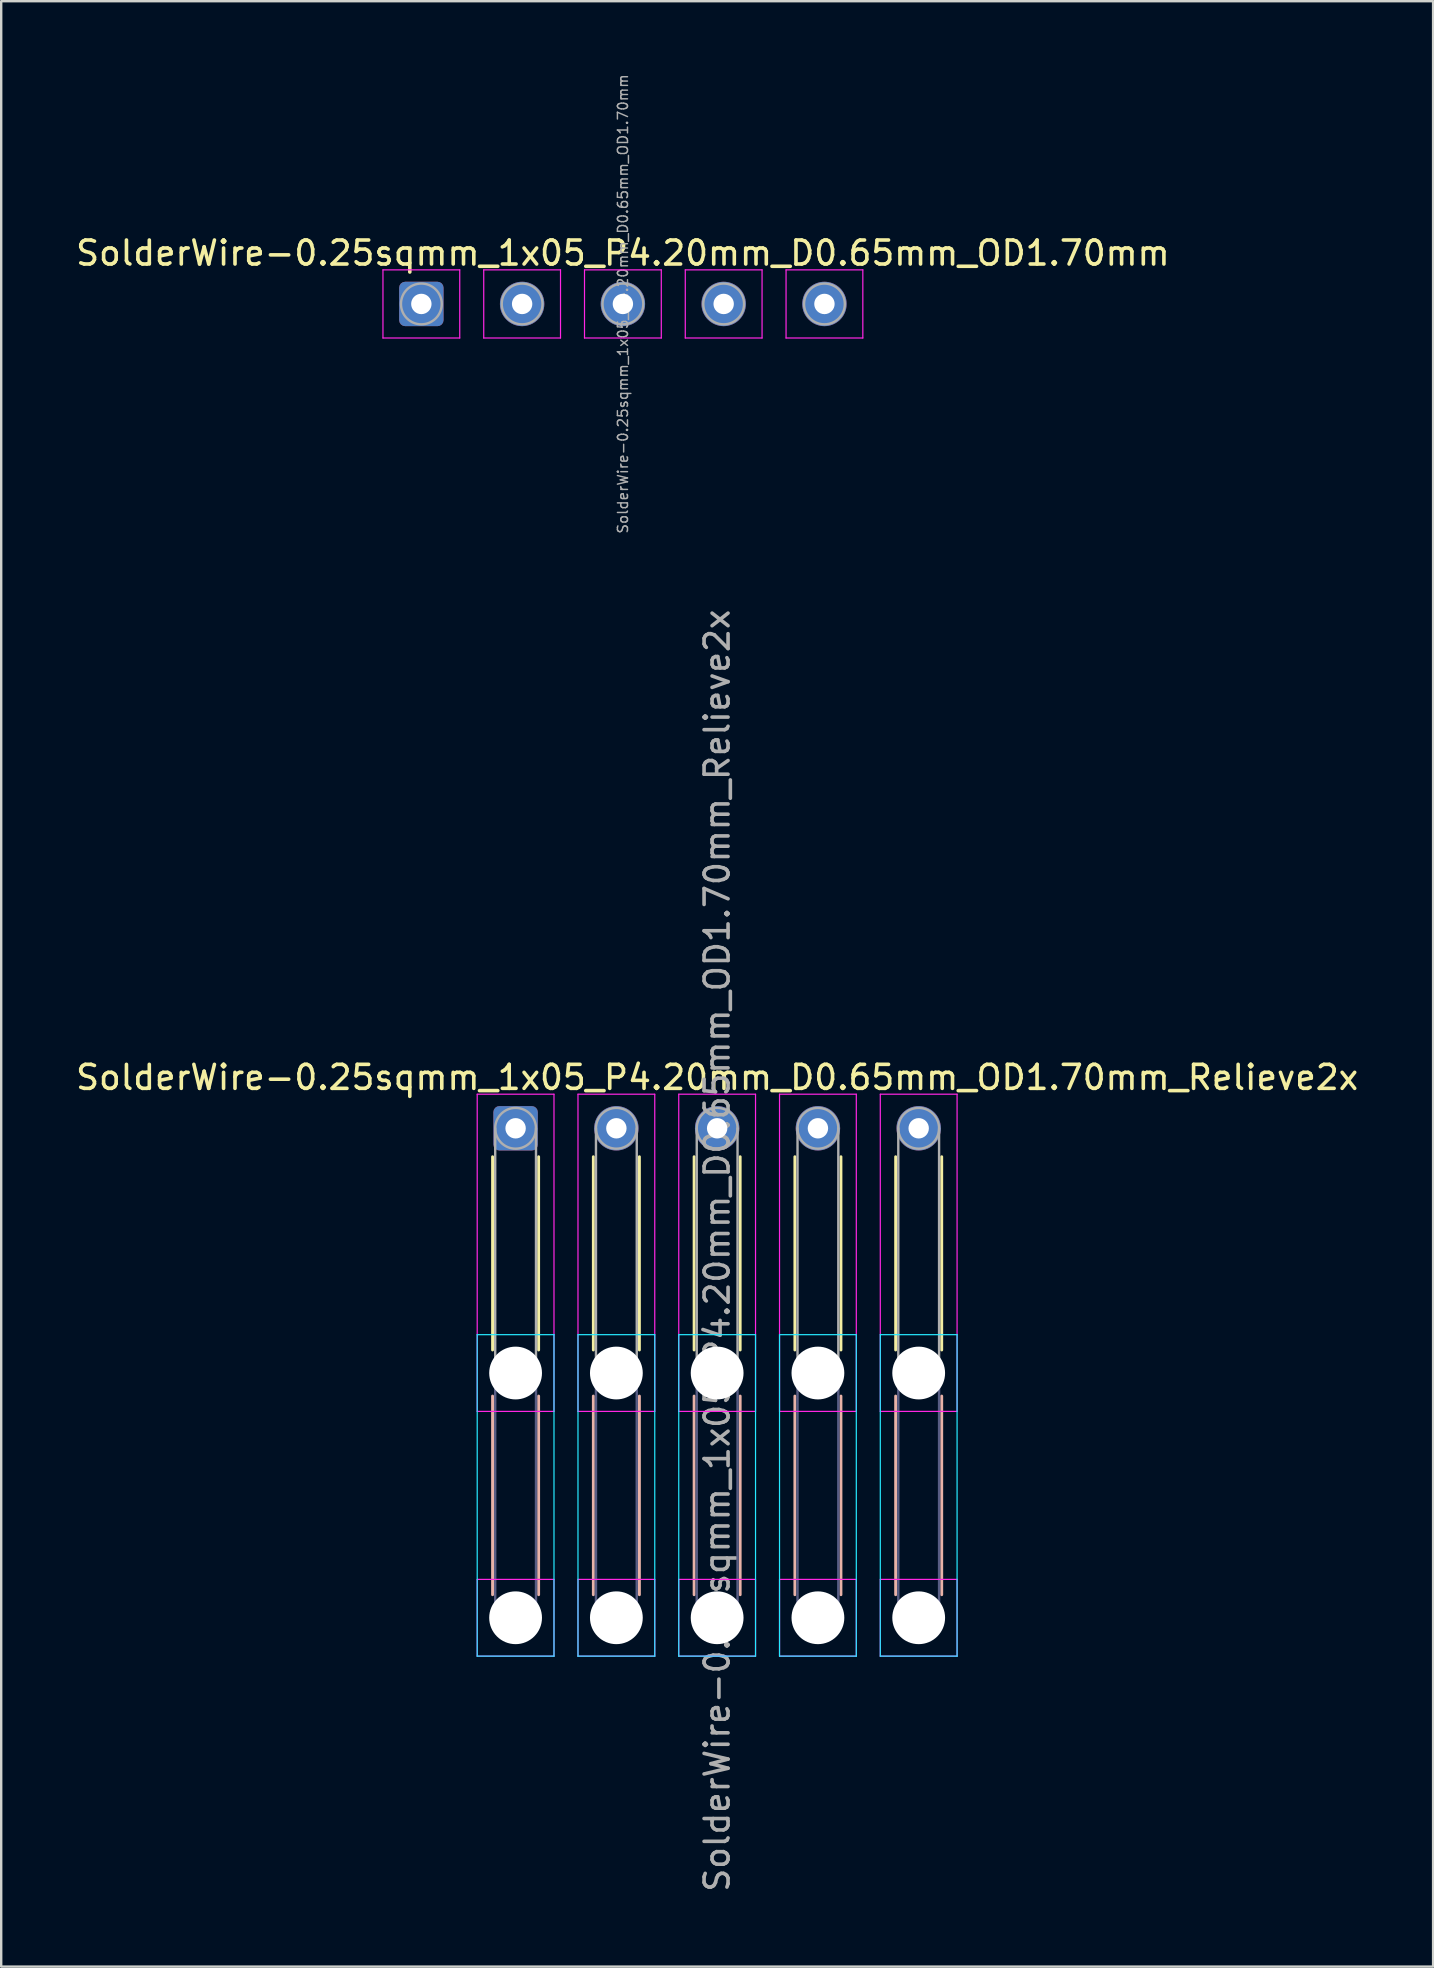
<source format=kicad_pcb>
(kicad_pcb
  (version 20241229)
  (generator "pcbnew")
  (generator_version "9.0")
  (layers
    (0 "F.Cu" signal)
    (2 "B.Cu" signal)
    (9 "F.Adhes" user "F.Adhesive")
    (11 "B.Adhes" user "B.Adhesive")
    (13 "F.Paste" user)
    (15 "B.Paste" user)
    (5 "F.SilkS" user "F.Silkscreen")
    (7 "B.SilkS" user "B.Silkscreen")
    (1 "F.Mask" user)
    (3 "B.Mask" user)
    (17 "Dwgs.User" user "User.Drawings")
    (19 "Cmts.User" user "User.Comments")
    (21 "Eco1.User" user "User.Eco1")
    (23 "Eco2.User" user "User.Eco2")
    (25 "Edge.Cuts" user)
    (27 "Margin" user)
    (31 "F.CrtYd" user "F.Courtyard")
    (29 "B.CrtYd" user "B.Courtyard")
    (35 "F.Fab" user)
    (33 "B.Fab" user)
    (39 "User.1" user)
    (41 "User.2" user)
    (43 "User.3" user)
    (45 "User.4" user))
  (footprint "SolderWire-0.25sqmm_1x05_P4.20mm_D0.65mm_OD1.70mm"
    (layer "F.Cu")
    (at 14.511 9.618)
    (property "Reference" "SolderWire-0.25sqmm_1x05_P4.20mm_D0.65mm_OD1.70mm" (at 8.4 -2.12 0) (layer "F.SilkS") (effects (font (size 1 1) (thickness 0.15))))
    (attr exclude_from_pos_files exclude_from_bom)
    (fp_line (start -1.6 -1.42) (end -1.6 1.42) (stroke (width 0.05) (type solid)) (layer "F.CrtYd"))
    (fp_line (start -1.6 1.42) (end 1.6 1.42) (stroke (width 0.05) (type solid)) (layer "F.CrtYd"))
    (fp_line (start 1.6 -1.42) (end -1.6 -1.42) (stroke (width 0.05) (type solid)) (layer "F.CrtYd"))
    (fp_line (start 1.6 1.42) (end 1.6 -1.42) (stroke (width 0.05) (type solid)) (layer "F.CrtYd"))
    (fp_line (start 2.6 -1.42) (end 2.6 1.42) (stroke (width 0.05) (type solid)) (layer "F.CrtYd"))
    (fp_line (start 2.6 1.42) (end 5.8 1.42) (stroke (width 0.05) (type solid)) (layer "F.CrtYd"))
    (fp_line (start 5.8 -1.42) (end 2.6 -1.42) (stroke (width 0.05) (type solid)) (layer "F.CrtYd"))
    (fp_line (start 5.8 1.42) (end 5.8 -1.42) (stroke (width 0.05) (type solid)) (layer "F.CrtYd"))
    (fp_line (start 6.8 -1.42) (end 6.8 1.42) (stroke (width 0.05) (type solid)) (layer "F.CrtYd"))
    (fp_line (start 6.8 1.42) (end 10 1.42) (stroke (width 0.05) (type solid)) (layer "F.CrtYd"))
    (fp_line (start 10 -1.42) (end 6.8 -1.42) (stroke (width 0.05) (type solid)) (layer "F.CrtYd"))
    (fp_line (start 10 1.42) (end 10 -1.42) (stroke (width 0.05) (type solid)) (layer "F.CrtYd"))
    (fp_line (start 11 -1.42) (end 11 1.42) (stroke (width 0.05) (type solid)) (layer "F.CrtYd"))
    (fp_line (start 11 1.42) (end 14.2 1.42) (stroke (width 0.05) (type solid)) (layer "F.CrtYd"))
    (fp_line (start 14.2 -1.42) (end 11 -1.42) (stroke (width 0.05) (type solid)) (layer "F.CrtYd"))
    (fp_line (start 14.2 1.42) (end 14.2 -1.42) (stroke (width 0.05) (type solid)) (layer "F.CrtYd"))
    (fp_line (start 15.2 -1.42) (end 15.2 1.42) (stroke (width 0.05) (type solid)) (layer "F.CrtYd"))
    (fp_line (start 15.2 1.42) (end 18.4 1.42) (stroke (width 0.05) (type solid)) (layer "F.CrtYd"))
    (fp_line (start 18.4 -1.42) (end 15.2 -1.42) (stroke (width 0.05) (type solid)) (layer "F.CrtYd"))
    (fp_line (start 18.4 1.42) (end 18.4 -1.42) (stroke (width 0.05) (type solid)) (layer "F.CrtYd"))
    (fp_circle (center 0 0) (end 0.85 0) (stroke (width 0.1) (type solid)) (fill no) (layer "F.Fab"))
    (fp_circle (center 4.2 0) (end 5.05 0) (stroke (width 0.1) (type solid)) (fill no) (layer "F.Fab"))
    (fp_circle (center 8.4 0) (end 9.25 0) (stroke (width 0.1) (type solid)) (fill no) (layer "F.Fab"))
    (fp_circle (center 12.6 0) (end 13.45 0) (stroke (width 0.1) (type solid)) (fill no) (layer "F.Fab"))
    (fp_circle (center 16.8 0) (end 17.65 0) (stroke (width 0.1) (type solid)) (fill no) (layer "F.Fab"))
    (fp_text user "${REFERENCE}" (at 8.4 0 90) (layer "F.Fab") (effects (font (size 0.42 0.42) (thickness 0.06))))
    (pad "1" thru_hole roundrect (at 0 0) (size 1.85 1.85) (drill 0.85) (layers "*.Cu" "*.Mask") (roundrect_rratio 0.135))
    (pad "2" thru_hole circle (at 4.2 0) (size 1.85 1.85) (drill 0.85) (layers "*.Cu" "*.Mask"))
    (pad "3" thru_hole circle (at 8.4 0) (size 1.85 1.85) (drill 0.85) (layers "*.Cu" "*.Mask"))
    (pad "4" thru_hole circle (at 12.6 0) (size 1.85 1.85) (drill 0.85) (layers "*.Cu" "*.Mask"))
    (pad "5" thru_hole circle (at 16.8 0) (size 1.85 1.85) (drill 0.85) (layers "*.Cu" "*.Mask")))
  (footprint "SolderWire-0.25sqmm_1x05_P4.20mm_D0.65mm_OD1.70mm_Relieve2x"
    (layer "F.Cu")
    (at 18.439 43.975)
    (property "Reference" "SolderWire-0.25sqmm_1x05_P4.20mm_D0.65mm_OD1.70mm_Relieve2x" (at 8.4 -2.12 0) (layer "F.SilkS") (effects (font (size 1 1) (thickness 0.15))))
    (attr exclude_from_pos_files exclude_from_bom)
    (fp_line (start -0.96 1.185) (end -0.96 9.24) (stroke (width 0.12) (type solid)) (layer "F.SilkS"))
    (fp_line (start 0.96 1.185) (end 0.96 9.24) (stroke (width 0.12) (type solid)) (layer "F.SilkS"))
    (fp_line (start 3.24 1.185) (end 3.24 9.24) (stroke (width 0.12) (type solid)) (layer "F.SilkS"))
    (fp_line (start 5.16 1.185) (end 5.16 9.24) (stroke (width 0.12) (type solid)) (layer "F.SilkS"))
    (fp_line (start 7.44 1.185) (end 7.44 9.24) (stroke (width 0.12) (type solid)) (layer "F.SilkS"))
    (fp_line (start 9.36 1.185) (end 9.36 9.24) (stroke (width 0.12) (type solid)) (layer "F.SilkS"))
    (fp_line (start 11.64 1.185) (end 11.64 9.24) (stroke (width 0.12) (type solid)) (layer "F.SilkS"))
    (fp_line (start 13.56 1.185) (end 13.56 9.24) (stroke (width 0.12) (type solid)) (layer "F.SilkS"))
    (fp_line (start 15.84 1.185) (end 15.84 9.24) (stroke (width 0.12) (type solid)) (layer "F.SilkS"))
    (fp_line (start 17.76 1.185) (end 17.76 9.24) (stroke (width 0.12) (type solid)) (layer "F.SilkS"))
    (fp_line (start -0.96 11.16) (end -0.96 19.44) (stroke (width 0.12) (type solid)) (layer "B.SilkS"))
    (fp_line (start 0.96 11.16) (end 0.96 19.44) (stroke (width 0.12) (type solid)) (layer "B.SilkS"))
    (fp_line (start 3.24 11.16) (end 3.24 19.44) (stroke (width 0.12) (type solid)) (layer "B.SilkS"))
    (fp_line (start 5.16 11.16) (end 5.16 19.44) (stroke (width 0.12) (type solid)) (layer "B.SilkS"))
    (fp_line (start 7.44 11.16) (end 7.44 19.44) (stroke (width 0.12) (type solid)) (layer "B.SilkS"))
    (fp_line (start 9.36 11.16) (end 9.36 19.44) (stroke (width 0.12) (type solid)) (layer "B.SilkS"))
    (fp_line (start 11.64 11.16) (end 11.64 19.44) (stroke (width 0.12) (type solid)) (layer "B.SilkS"))
    (fp_line (start 13.56 11.16) (end 13.56 19.44) (stroke (width 0.12) (type solid)) (layer "B.SilkS"))
    (fp_line (start 15.84 11.16) (end 15.84 19.44) (stroke (width 0.12) (type solid)) (layer "B.SilkS"))
    (fp_line (start 17.76 11.16) (end 17.76 19.44) (stroke (width 0.12) (type solid)) (layer "B.SilkS"))
    (fp_line (start -1.6 8.6) (end -1.6 22) (stroke (width 0.05) (type solid)) (layer "B.CrtYd"))
    (fp_line (start -1.6 22) (end 1.6 22) (stroke (width 0.05) (type solid)) (layer "B.CrtYd"))
    (fp_line (start 1.6 8.6) (end -1.6 8.6) (stroke (width 0.05) (type solid)) (layer "B.CrtYd"))
    (fp_line (start 1.6 22) (end 1.6 8.6) (stroke (width 0.05) (type solid)) (layer "B.CrtYd"))
    (fp_line (start 2.6 8.6) (end 2.6 22) (stroke (width 0.05) (type solid)) (layer "B.CrtYd"))
    (fp_line (start 2.6 22) (end 5.8 22) (stroke (width 0.05) (type solid)) (layer "B.CrtYd"))
    (fp_line (start 5.8 8.6) (end 2.6 8.6) (stroke (width 0.05) (type solid)) (layer "B.CrtYd"))
    (fp_line (start 5.8 22) (end 5.8 8.6) (stroke (width 0.05) (type solid)) (layer "B.CrtYd"))
    (fp_line (start 6.8 8.6) (end 6.8 22) (stroke (width 0.05) (type solid)) (layer "B.CrtYd"))
    (fp_line (start 6.8 22) (end 10 22) (stroke (width 0.05) (type solid)) (layer "B.CrtYd"))
    (fp_line (start 10 8.6) (end 6.8 8.6) (stroke (width 0.05) (type solid)) (layer "B.CrtYd"))
    (fp_line (start 10 22) (end 10 8.6) (stroke (width 0.05) (type solid)) (layer "B.CrtYd"))
    (fp_line (start 11 8.6) (end 11 22) (stroke (width 0.05) (type solid)) (layer "B.CrtYd"))
    (fp_line (start 11 22) (end 14.2 22) (stroke (width 0.05) (type solid)) (layer "B.CrtYd"))
    (fp_line (start 14.2 8.6) (end 11 8.6) (stroke (width 0.05) (type solid)) (layer "B.CrtYd"))
    (fp_line (start 14.2 22) (end 14.2 8.6) (stroke (width 0.05) (type solid)) (layer "B.CrtYd"))
    (fp_line (start 15.2 8.6) (end 15.2 22) (stroke (width 0.05) (type solid)) (layer "B.CrtYd"))
    (fp_line (start 15.2 22) (end 18.4 22) (stroke (width 0.05) (type solid)) (layer "B.CrtYd"))
    (fp_line (start 18.4 8.6) (end 15.2 8.6) (stroke (width 0.05) (type solid)) (layer "B.CrtYd"))
    (fp_line (start 18.4 22) (end 18.4 8.6) (stroke (width 0.05) (type solid)) (layer "B.CrtYd"))
    (fp_line (start -1.6 -1.42) (end -1.6 11.8) (stroke (width 0.05) (type solid)) (layer "F.CrtYd"))
    (fp_line (start -1.6 11.8) (end 1.6 11.8) (stroke (width 0.05) (type solid)) (layer "F.CrtYd"))
    (fp_line (start -1.6 18.8) (end -1.6 22) (stroke (width 0.05) (type solid)) (layer "F.CrtYd"))
    (fp_line (start -1.6 22) (end 1.6 22) (stroke (width 0.05) (type solid)) (layer "F.CrtYd"))
    (fp_line (start 1.6 -1.42) (end -1.6 -1.42) (stroke (width 0.05) (type solid)) (layer "F.CrtYd"))
    (fp_line (start 1.6 11.8) (end 1.6 -1.42) (stroke (width 0.05) (type solid)) (layer "F.CrtYd"))
    (fp_line (start 1.6 18.8) (end -1.6 18.8) (stroke (width 0.05) (type solid)) (layer "F.CrtYd"))
    (fp_line (start 1.6 22) (end 1.6 18.8) (stroke (width 0.05) (type solid)) (layer "F.CrtYd"))
    (fp_line (start 2.6 -1.42) (end 2.6 11.8) (stroke (width 0.05) (type solid)) (layer "F.CrtYd"))
    (fp_line (start 2.6 11.8) (end 5.8 11.8) (stroke (width 0.05) (type solid)) (layer "F.CrtYd"))
    (fp_line (start 2.6 18.8) (end 2.6 22) (stroke (width 0.05) (type solid)) (layer "F.CrtYd"))
    (fp_line (start 2.6 22) (end 5.8 22) (stroke (width 0.05) (type solid)) (layer "F.CrtYd"))
    (fp_line (start 5.8 -1.42) (end 2.6 -1.42) (stroke (width 0.05) (type solid)) (layer "F.CrtYd"))
    (fp_line (start 5.8 11.8) (end 5.8 -1.42) (stroke (width 0.05) (type solid)) (layer "F.CrtYd"))
    (fp_line (start 5.8 18.8) (end 2.6 18.8) (stroke (width 0.05) (type solid)) (layer "F.CrtYd"))
    (fp_line (start 5.8 22) (end 5.8 18.8) (stroke (width 0.05) (type solid)) (layer "F.CrtYd"))
    (fp_line (start 6.8 -1.42) (end 6.8 11.8) (stroke (width 0.05) (type solid)) (layer "F.CrtYd"))
    (fp_line (start 6.8 11.8) (end 10 11.8) (stroke (width 0.05) (type solid)) (layer "F.CrtYd"))
    (fp_line (start 6.8 18.8) (end 6.8 22) (stroke (width 0.05) (type solid)) (layer "F.CrtYd"))
    (fp_line (start 6.8 22) (end 10 22) (stroke (width 0.05) (type solid)) (layer "F.CrtYd"))
    (fp_line (start 10 -1.42) (end 6.8 -1.42) (stroke (width 0.05) (type solid)) (layer "F.CrtYd"))
    (fp_line (start 10 11.8) (end 10 -1.42) (stroke (width 0.05) (type solid)) (layer "F.CrtYd"))
    (fp_line (start 10 18.8) (end 6.8 18.8) (stroke (width 0.05) (type solid)) (layer "F.CrtYd"))
    (fp_line (start 10 22) (end 10 18.8) (stroke (width 0.05) (type solid)) (layer "F.CrtYd"))
    (fp_line (start 11 -1.42) (end 11 11.8) (stroke (width 0.05) (type solid)) (layer "F.CrtYd"))
    (fp_line (start 11 11.8) (end 14.2 11.8) (stroke (width 0.05) (type solid)) (layer "F.CrtYd"))
    (fp_line (start 11 18.8) (end 11 22) (stroke (width 0.05) (type solid)) (layer "F.CrtYd"))
    (fp_line (start 11 22) (end 14.2 22) (stroke (width 0.05) (type solid)) (layer "F.CrtYd"))
    (fp_line (start 14.2 -1.42) (end 11 -1.42) (stroke (width 0.05) (type solid)) (layer "F.CrtYd"))
    (fp_line (start 14.2 11.8) (end 14.2 -1.42) (stroke (width 0.05) (type solid)) (layer "F.CrtYd"))
    (fp_line (start 14.2 18.8) (end 11 18.8) (stroke (width 0.05) (type solid)) (layer "F.CrtYd"))
    (fp_line (start 14.2 22) (end 14.2 18.8) (stroke (width 0.05) (type solid)) (layer "F.CrtYd"))
    (fp_line (start 15.2 -1.42) (end 15.2 11.8) (stroke (width 0.05) (type solid)) (layer "F.CrtYd"))
    (fp_line (start 15.2 11.8) (end 18.4 11.8) (stroke (width 0.05) (type solid)) (layer "F.CrtYd"))
    (fp_line (start 15.2 18.8) (end 15.2 22) (stroke (width 0.05) (type solid)) (layer "F.CrtYd"))
    (fp_line (start 15.2 22) (end 18.4 22) (stroke (width 0.05) (type solid)) (layer "F.CrtYd"))
    (fp_line (start 18.4 -1.42) (end 15.2 -1.42) (stroke (width 0.05) (type solid)) (layer "F.CrtYd"))
    (fp_line (start 18.4 11.8) (end 18.4 -1.42) (stroke (width 0.05) (type solid)) (layer "F.CrtYd"))
    (fp_line (start 18.4 18.8) (end 15.2 18.8) (stroke (width 0.05) (type solid)) (layer "F.CrtYd"))
    (fp_line (start 18.4 22) (end 18.4 18.8) (stroke (width 0.05) (type solid)) (layer "F.CrtYd"))
    (fp_line (start -0.85 10.2) (end -0.85 20.4) (stroke (width 0.1) (type solid)) (layer "B.Fab"))
    (fp_line (start 0.85 10.2) (end 0.85 20.4) (stroke (width 0.1) (type solid)) (layer "B.Fab"))
    (fp_line (start 3.35 10.2) (end 3.35 20.4) (stroke (width 0.1) (type solid)) (layer "B.Fab"))
    (fp_line (start 5.05 10.2) (end 5.05 20.4) (stroke (width 0.1) (type solid)) (layer "B.Fab"))
    (fp_line (start 7.55 10.2) (end 7.55 20.4) (stroke (width 0.1) (type solid)) (layer "B.Fab"))
    (fp_line (start 9.25 10.2) (end 9.25 20.4) (stroke (width 0.1) (type solid)) (layer "B.Fab"))
    (fp_line (start 11.75 10.2) (end 11.75 20.4) (stroke (width 0.1) (type solid)) (layer "B.Fab"))
    (fp_line (start 13.45 10.2) (end 13.45 20.4) (stroke (width 0.1) (type solid)) (layer "B.Fab"))
    (fp_line (start 15.95 10.2) (end 15.95 20.4) (stroke (width 0.1) (type solid)) (layer "B.Fab"))
    (fp_line (start 17.65 10.2) (end 17.65 20.4) (stroke (width 0.1) (type solid)) (layer "B.Fab"))
    (fp_circle (center 0 10.2) (end 0.85 10.2) (stroke (width 0.1) (type solid)) (fill no) (layer "B.Fab"))
    (fp_circle (center 0 20.4) (end 0.85 20.4) (stroke (width 0.1) (type solid)) (fill no) (layer "B.Fab"))
    (fp_circle (center 4.2 10.2) (end 5.05 10.2) (stroke (width 0.1) (type solid)) (fill no) (layer "B.Fab"))
    (fp_circle (center 4.2 20.4) (end 5.05 20.4) (stroke (width 0.1) (type solid)) (fill no) (layer "B.Fab"))
    (fp_circle (center 8.4 10.2) (end 9.25 10.2) (stroke (width 0.1) (type solid)) (fill no) (layer "B.Fab"))
    (fp_circle (center 8.4 20.4) (end 9.25 20.4) (stroke (width 0.1) (type solid)) (fill no) (layer "B.Fab"))
    (fp_circle (center 12.6 10.2) (end 13.45 10.2) (stroke (width 0.1) (type solid)) (fill no) (layer "B.Fab"))
    (fp_circle (center 12.6 20.4) (end 13.45 20.4) (stroke (width 0.1) (type solid)) (fill no) (layer "B.Fab"))
    (fp_circle (center 16.8 10.2) (end 17.65 10.2) (stroke (width 0.1) (type solid)) (fill no) (layer "B.Fab"))
    (fp_circle (center 16.8 20.4) (end 17.65 20.4) (stroke (width 0.1) (type solid)) (fill no) (layer "B.Fab"))
    (fp_line (start -0.85 0) (end -0.85 10.2) (stroke (width 0.1) (type solid)) (layer "F.Fab"))
    (fp_line (start 0.85 0) (end 0.85 10.2) (stroke (width 0.1) (type solid)) (layer "F.Fab"))
    (fp_line (start 3.35 0) (end 3.35 10.2) (stroke (width 0.1) (type solid)) (layer "F.Fab"))
    (fp_line (start 5.05 0) (end 5.05 10.2) (stroke (width 0.1) (type solid)) (layer "F.Fab"))
    (fp_line (start 7.55 0) (end 7.55 10.2) (stroke (width 0.1) (type solid)) (layer "F.Fab"))
    (fp_line (start 9.25 0) (end 9.25 10.2) (stroke (width 0.1) (type solid)) (layer "F.Fab"))
    (fp_line (start 11.75 0) (end 11.75 10.2) (stroke (width 0.1) (type solid)) (layer "F.Fab"))
    (fp_line (start 13.45 0) (end 13.45 10.2) (stroke (width 0.1) (type solid)) (layer "F.Fab"))
    (fp_line (start 15.95 0) (end 15.95 10.2) (stroke (width 0.1) (type solid)) (layer "F.Fab"))
    (fp_line (start 17.65 0) (end 17.65 10.2) (stroke (width 0.1) (type solid)) (layer "F.Fab"))
    (fp_circle (center 0 0) (end 0.85 0) (stroke (width 0.1) (type solid)) (fill no) (layer "F.Fab"))
    (fp_circle (center 0 10.2) (end 0.85 10.2) (stroke (width 0.1) (type solid)) (fill no) (layer "F.Fab"))
    (fp_circle (center 0 20.4) (end 0.85 20.4) (stroke (width 0.1) (type solid)) (fill no) (layer "F.Fab"))
    (fp_circle (center 4.2 0) (end 5.05 0) (stroke (width 0.1) (type solid)) (fill no) (layer "F.Fab"))
    (fp_circle (center 4.2 10.2) (end 5.05 10.2) (stroke (width 0.1) (type solid)) (fill no) (layer "F.Fab"))
    (fp_circle (center 4.2 20.4) (end 5.05 20.4) (stroke (width 0.1) (type solid)) (fill no) (layer "F.Fab"))
    (fp_circle (center 8.4 0) (end 9.25 0) (stroke (width 0.1) (type solid)) (fill no) (layer "F.Fab"))
    (fp_circle (center 8.4 10.2) (end 9.25 10.2) (stroke (width 0.1) (type solid)) (fill no) (layer "F.Fab"))
    (fp_circle (center 8.4 20.4) (end 9.25 20.4) (stroke (width 0.1) (type solid)) (fill no) (layer "F.Fab"))
    (fp_circle (center 12.6 0) (end 13.45 0) (stroke (width 0.1) (type solid)) (fill no) (layer "F.Fab"))
    (fp_circle (center 12.6 10.2) (end 13.45 10.2) (stroke (width 0.1) (type solid)) (fill no) (layer "F.Fab"))
    (fp_circle (center 12.6 20.4) (end 13.45 20.4) (stroke (width 0.1) (type solid)) (fill no) (layer "F.Fab"))
    (fp_circle (center 16.8 0) (end 17.65 0) (stroke (width 0.1) (type solid)) (fill no) (layer "F.Fab"))
    (fp_circle (center 16.8 10.2) (end 17.65 10.2) (stroke (width 0.1) (type solid)) (fill no) (layer "F.Fab"))
    (fp_circle (center 16.8 20.4) (end 17.65 20.4) (stroke (width 0.1) (type solid)) (fill no) (layer "F.Fab"))
    (fp_text user "${REFERENCE}" (at 8.4 5.1 90) (layer "F.Fab") (effects (font (size 1 1) (thickness 0.15))))
    (pad "" np_thru_hole circle (at 0 10.2) (size 2.2 2.2) (drill 2.2) (layers "*.Cu" "*.Mask"))
    (pad "" np_thru_hole circle (at 0 20.4) (size 2.2 2.2) (drill 2.2) (layers "*.Cu" "*.Mask"))
    (pad "" np_thru_hole circle (at 4.2 10.2) (size 2.2 2.2) (drill 2.2) (layers "*.Cu" "*.Mask"))
    (pad "" np_thru_hole circle (at 4.2 20.4) (size 2.2 2.2) (drill 2.2) (layers "*.Cu" "*.Mask"))
    (pad "" np_thru_hole circle (at 8.4 10.2) (size 2.2 2.2) (drill 2.2) (layers "*.Cu" "*.Mask"))
    (pad "" np_thru_hole circle (at 8.4 20.4) (size 2.2 2.2) (drill 2.2) (layers "*.Cu" "*.Mask"))
    (pad "" np_thru_hole circle (at 12.6 10.2) (size 2.2 2.2) (drill 2.2) (layers "*.Cu" "*.Mask"))
    (pad "" np_thru_hole circle (at 12.6 20.4) (size 2.2 2.2) (drill 2.2) (layers "*.Cu" "*.Mask"))
    (pad "" np_thru_hole circle (at 16.8 10.2) (size 2.2 2.2) (drill 2.2) (layers "*.Cu" "*.Mask"))
    (pad "" np_thru_hole circle (at 16.8 20.4) (size 2.2 2.2) (drill 2.2) (layers "*.Cu" "*.Mask"))
    (pad "1" thru_hole roundrect (at 0 0) (size 1.85 1.85) (drill 0.85) (layers "*.Cu" "*.Mask") (roundrect_rratio 0.135))
    (pad "2" thru_hole circle (at 4.2 0) (size 1.85 1.85) (drill 0.85) (layers "*.Cu" "*.Mask"))
    (pad "3" thru_hole circle (at 8.4 0) (size 1.85 1.85) (drill 0.85) (layers "*.Cu" "*.Mask"))
    (pad "4" thru_hole circle (at 12.6 0) (size 1.85 1.85) (drill 0.85) (layers "*.Cu" "*.Mask"))
    (pad "5" thru_hole circle (at 16.8 0) (size 1.85 1.85) (drill 0.85) (layers "*.Cu" "*.Mask")))
  (gr_rect
    (start -3 -3)
    (end 56.679 78.915)
    (stroke (width 0.1) (type default))
    (fill no)
    (layer "Edge.Cuts")))
</source>
